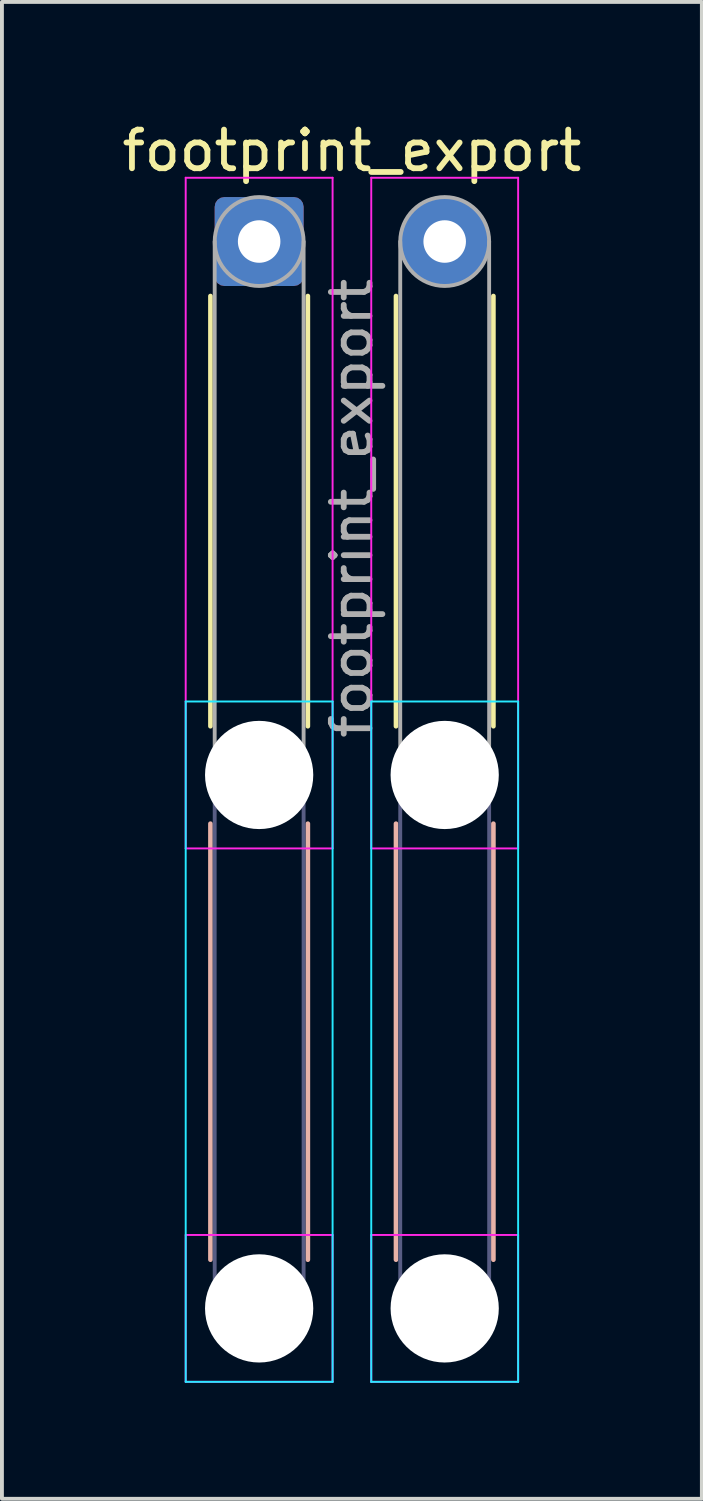
<source format=kicad_pcb>
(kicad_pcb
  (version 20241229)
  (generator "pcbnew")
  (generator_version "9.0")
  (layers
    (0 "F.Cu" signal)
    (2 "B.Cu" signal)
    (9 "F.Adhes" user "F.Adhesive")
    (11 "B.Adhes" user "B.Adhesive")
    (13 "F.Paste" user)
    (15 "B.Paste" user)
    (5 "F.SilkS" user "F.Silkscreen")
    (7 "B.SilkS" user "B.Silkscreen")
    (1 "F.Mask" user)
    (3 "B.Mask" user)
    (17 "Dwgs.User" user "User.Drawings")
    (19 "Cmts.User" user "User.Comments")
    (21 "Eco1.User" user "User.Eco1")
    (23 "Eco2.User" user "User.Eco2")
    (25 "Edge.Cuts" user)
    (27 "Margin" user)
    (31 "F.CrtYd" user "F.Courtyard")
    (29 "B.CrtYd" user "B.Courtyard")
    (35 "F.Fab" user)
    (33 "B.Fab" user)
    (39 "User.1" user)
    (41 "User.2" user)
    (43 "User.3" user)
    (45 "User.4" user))
  (footprint "footprint_export"
    (layer "F.Cu")
    (at 3.654 3.198)
    (property "Reference" "footprint_export" (at 2.4 -2.35 0) (layer "F.SilkS") (effects (font (size 1 1) (thickness 0.15))))
    (attr exclude_from_pos_files exclude_from_bom)
    (fp_line (start -1.26 1.41) (end -1.26 12.54) (stroke (width 0.12) (type solid)) (layer "F.SilkS"))
    (fp_line (start 1.26 1.41) (end 1.26 12.54) (stroke (width 0.12) (type solid)) (layer "F.SilkS"))
    (fp_line (start 3.54 1.41) (end 3.54 12.54) (stroke (width 0.12) (type solid)) (layer "F.SilkS"))
    (fp_line (start 6.06 1.41) (end 6.06 12.54) (stroke (width 0.12) (type solid)) (layer "F.SilkS"))
    (fp_line (start -1.26 15.06) (end -1.26 26.34) (stroke (width 0.12) (type solid)) (layer "B.SilkS"))
    (fp_line (start 1.26 15.06) (end 1.26 26.34) (stroke (width 0.12) (type solid)) (layer "B.SilkS"))
    (fp_line (start 3.54 15.06) (end 3.54 26.34) (stroke (width 0.12) (type solid)) (layer "B.SilkS"))
    (fp_line (start 6.06 15.06) (end 6.06 26.34) (stroke (width 0.12) (type solid)) (layer "B.SilkS"))
    (fp_line (start -1.9 11.9) (end -1.9 29.5) (stroke (width 0.05) (type solid)) (layer "B.CrtYd"))
    (fp_line (start -1.9 29.5) (end 1.9 29.5) (stroke (width 0.05) (type solid)) (layer "B.CrtYd"))
    (fp_line (start 1.9 11.9) (end -1.9 11.9) (stroke (width 0.05) (type solid)) (layer "B.CrtYd"))
    (fp_line (start 1.9 29.5) (end 1.9 11.9) (stroke (width 0.05) (type solid)) (layer "B.CrtYd"))
    (fp_line (start 2.9 11.9) (end 2.9 29.5) (stroke (width 0.05) (type solid)) (layer "B.CrtYd"))
    (fp_line (start 2.9 29.5) (end 6.7 29.5) (stroke (width 0.05) (type solid)) (layer "B.CrtYd"))
    (fp_line (start 6.7 11.9) (end 2.9 11.9) (stroke (width 0.05) (type solid)) (layer "B.CrtYd"))
    (fp_line (start 6.7 29.5) (end 6.7 11.9) (stroke (width 0.05) (type solid)) (layer "B.CrtYd"))
    (fp_line (start -1.9 -1.65) (end -1.9 15.7) (stroke (width 0.05) (type solid)) (layer "F.CrtYd"))
    (fp_line (start -1.9 15.7) (end 1.9 15.7) (stroke (width 0.05) (type solid)) (layer "F.CrtYd"))
    (fp_line (start -1.9 25.7) (end -1.9 29.5) (stroke (width 0.05) (type solid)) (layer "F.CrtYd"))
    (fp_line (start -1.9 29.5) (end 1.9 29.5) (stroke (width 0.05) (type solid)) (layer "F.CrtYd"))
    (fp_line (start 1.9 -1.65) (end -1.9 -1.65) (stroke (width 0.05) (type solid)) (layer "F.CrtYd"))
    (fp_line (start 1.9 15.7) (end 1.9 -1.65) (stroke (width 0.05) (type solid)) (layer "F.CrtYd"))
    (fp_line (start 1.9 25.7) (end -1.9 25.7) (stroke (width 0.05) (type solid)) (layer "F.CrtYd"))
    (fp_line (start 1.9 29.5) (end 1.9 25.7) (stroke (width 0.05) (type solid)) (layer "F.CrtYd"))
    (fp_line (start 2.9 -1.65) (end 2.9 15.7) (stroke (width 0.05) (type solid)) (layer "F.CrtYd"))
    (fp_line (start 2.9 15.7) (end 6.7 15.7) (stroke (width 0.05) (type solid)) (layer "F.CrtYd"))
    (fp_line (start 2.9 25.7) (end 2.9 29.5) (stroke (width 0.05) (type solid)) (layer "F.CrtYd"))
    (fp_line (start 2.9 29.5) (end 6.7 29.5) (stroke (width 0.05) (type solid)) (layer "F.CrtYd"))
    (fp_line (start 6.7 -1.65) (end 2.9 -1.65) (stroke (width 0.05) (type solid)) (layer "F.CrtYd"))
    (fp_line (start 6.7 15.7) (end 6.7 -1.65) (stroke (width 0.05) (type solid)) (layer "F.CrtYd"))
    (fp_line (start 6.7 25.7) (end 2.9 25.7) (stroke (width 0.05) (type solid)) (layer "F.CrtYd"))
    (fp_line (start 6.7 29.5) (end 6.7 25.7) (stroke (width 0.05) (type solid)) (layer "F.CrtYd"))
    (fp_line (start -1.15 13.8) (end -1.15 27.6) (stroke (width 0.1) (type solid)) (layer "B.Fab"))
    (fp_line (start 1.15 13.8) (end 1.15 27.6) (stroke (width 0.1) (type solid)) (layer "B.Fab"))
    (fp_line (start 3.65 13.8) (end 3.65 27.6) (stroke (width 0.1) (type solid)) (layer "B.Fab"))
    (fp_line (start 5.95 13.8) (end 5.95 27.6) (stroke (width 0.1) (type solid)) (layer "B.Fab"))
    (fp_circle (center 0 13.8) (end 1.15 13.8) (stroke (width 0.1) (type solid)) (fill no) (layer "B.Fab"))
    (fp_circle (center 0 27.6) (end 1.15 27.6) (stroke (width 0.1) (type solid)) (fill no) (layer "B.Fab"))
    (fp_circle (center 4.8 13.8) (end 5.95 13.8) (stroke (width 0.1) (type solid)) (fill no) (layer "B.Fab"))
    (fp_circle (center 4.8 27.6) (end 5.95 27.6) (stroke (width 0.1) (type solid)) (fill no) (layer "B.Fab"))
    (fp_line (start -1.15 0) (end -1.15 13.8) (stroke (width 0.1) (type solid)) (layer "F.Fab"))
    (fp_line (start 1.15 0) (end 1.15 13.8) (stroke (width 0.1) (type solid)) (layer "F.Fab"))
    (fp_line (start 3.65 0) (end 3.65 13.8) (stroke (width 0.1) (type solid)) (layer "F.Fab"))
    (fp_line (start 5.95 0) (end 5.95 13.8) (stroke (width 0.1) (type solid)) (layer "F.Fab"))
    (fp_circle (center 0 0) (end 1.15 0) (stroke (width 0.1) (type solid)) (fill no) (layer "F.Fab"))
    (fp_circle (center 0 13.8) (end 1.15 13.8) (stroke (width 0.1) (type solid)) (fill no) (layer "F.Fab"))
    (fp_circle (center 0 27.6) (end 1.15 27.6) (stroke (width 0.1) (type solid)) (fill no) (layer "F.Fab"))
    (fp_circle (center 4.8 0) (end 5.95 0) (stroke (width 0.1) (type solid)) (fill no) (layer "F.Fab"))
    (fp_circle (center 4.8 13.8) (end 5.95 13.8) (stroke (width 0.1) (type solid)) (fill no) (layer "F.Fab"))
    (fp_circle (center 4.8 27.6) (end 5.95 27.6) (stroke (width 0.1) (type solid)) (fill no) (layer "F.Fab"))
    (fp_text user "${REFERENCE}" (at 2.4 6.9 90) (layer "F.Fab") (effects (font (size 1 1) (thickness 0.15))))
    (pad "" np_thru_hole circle (at 0 13.8) (size 2.8 2.8) (drill 2.8) (layers "*.Cu" "*.Mask"))
    (pad "" np_thru_hole circle (at 0 27.6) (size 2.8 2.8) (drill 2.8) (layers "*.Cu" "*.Mask"))
    (pad "" np_thru_hole circle (at 4.8 13.8) (size 2.8 2.8) (drill 2.8) (layers "*.Cu" "*.Mask"))
    (pad "" np_thru_hole circle (at 4.8 27.6) (size 2.8 2.8) (drill 2.8) (layers "*.Cu" "*.Mask"))
    (pad "1" thru_hole roundrect (at 0 0) (size 2.3 2.3) (drill 1.1) (layers "*.Cu" "*.Mask") (roundrect_rratio 0.109))
    (pad "2" thru_hole circle (at 4.8 0) (size 2.3 2.3) (drill 1.1) (layers "*.Cu" "*.Mask")))
  (gr_rect
    (start -3 -3)
    (end 15.107 35.723)
    (stroke (width 0.1) (type default))
    (fill no)
    (layer "Edge.Cuts")))
</source>
